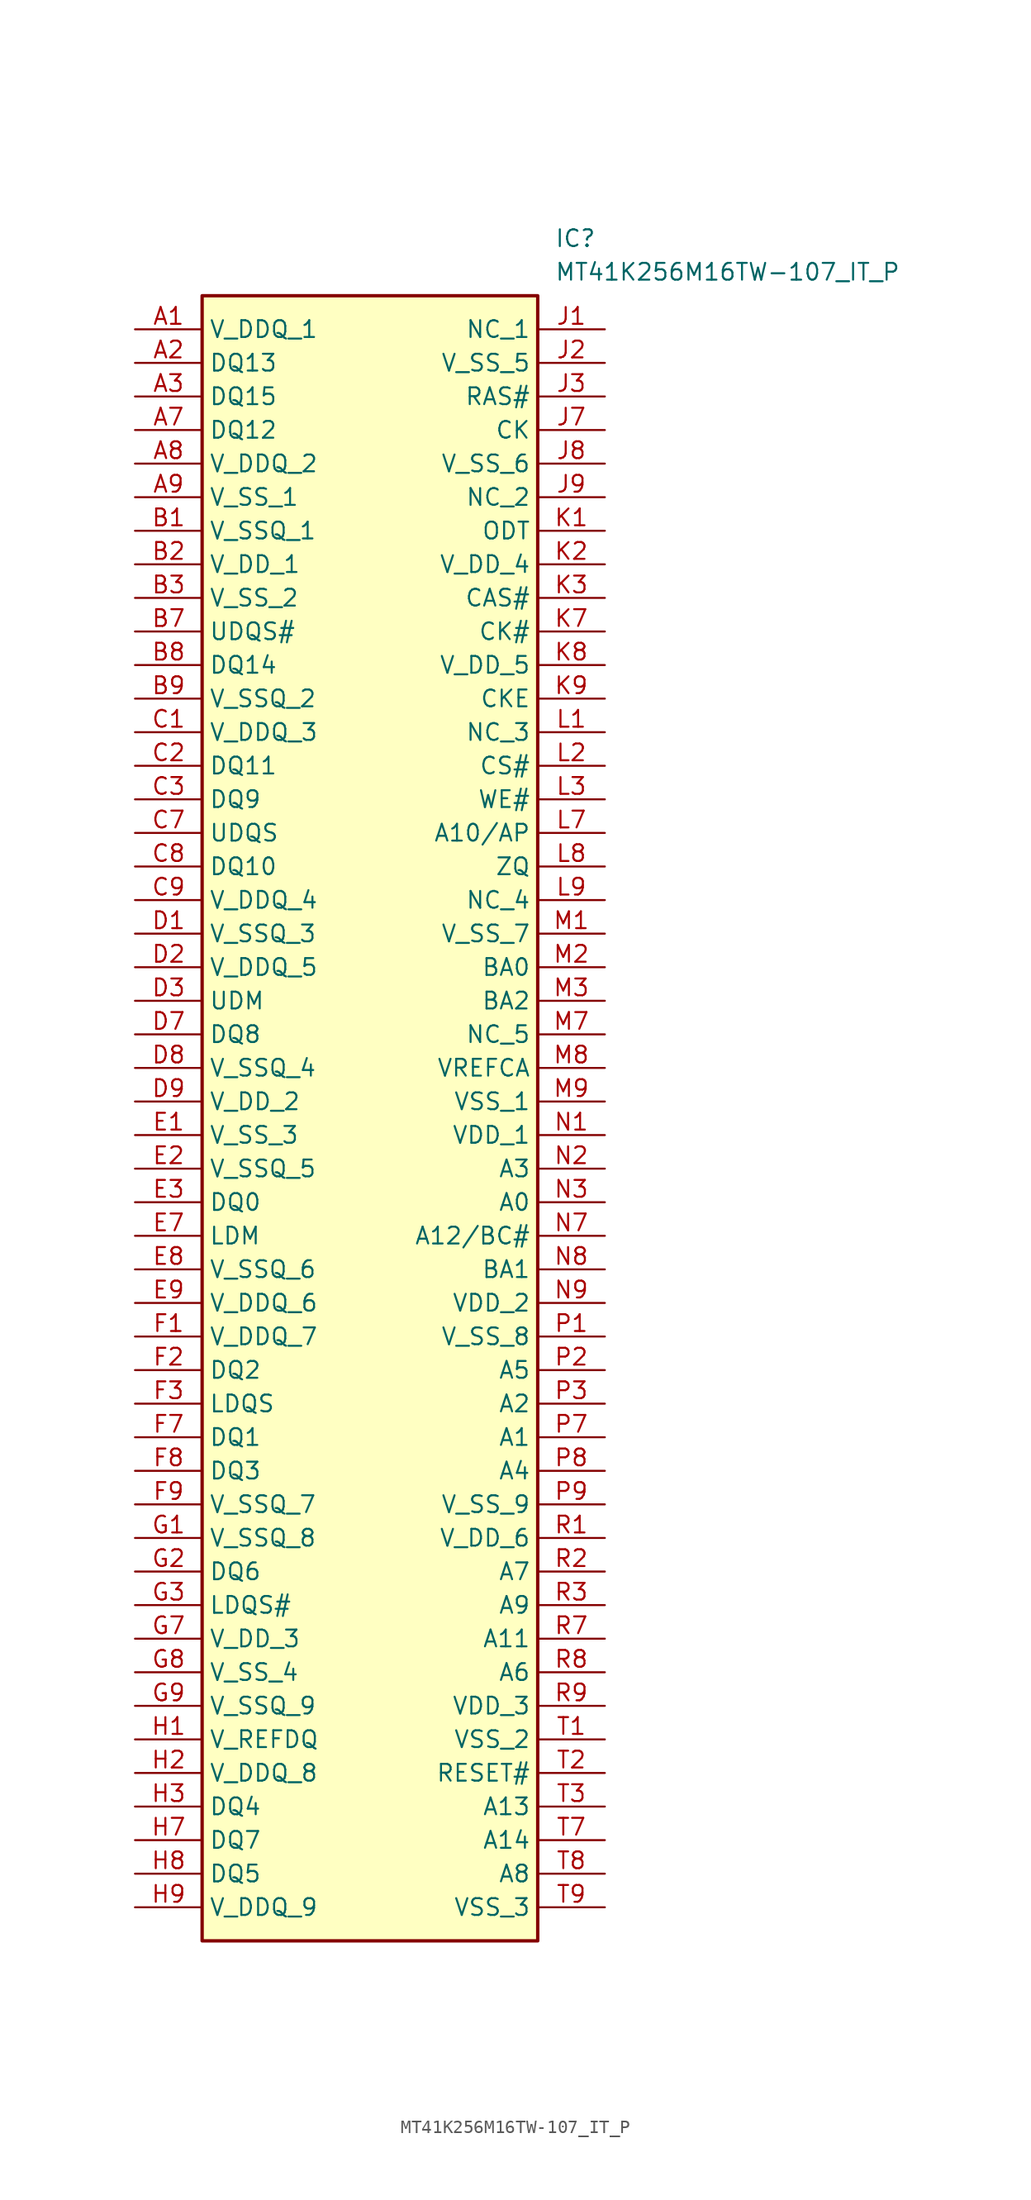
<source format=kicad_sym>
(kicad_symbol_lib
  (version 20211014)
  (generator SamacSys_ECAD_Model)
  (symbol "MT41K256M16TW-107_IT_P"
    (property "Reference" "IC"
      (at 31.75 7.62 0)
      (effects (font (size 1.27 1.27)) (justify left top)))
    (property "Value" "MT41K256M16TW-107_IT_P"
      (at 31.75 5.08 0)
      (effects (font (size 1.27 1.27)) (justify left top)))
    (rectangle
      (start 5.08 2.54)
      (end 30.48 -121.92)
      (stroke (width 0.254) (type default))
      (fill (type background)))
    (pin passive line
      (at 0 0 0)
      (length 5.08)
      (name "V_DDQ_1" (effects (font (size 1.27 1.27))))
      (number "A1" (effects (font (size 1.27 1.27)))))
    (pin passive line
      (at 0 -2.54 0)
      (length 5.08)
      (name "DQ13" (effects (font (size 1.27 1.27))))
      (number "A2" (effects (font (size 1.27 1.27)))))
    (pin passive line
      (at 0 -5.08 0)
      (length 5.08)
      (name "DQ15" (effects (font (size 1.27 1.27))))
      (number "A3" (effects (font (size 1.27 1.27)))))
    (pin passive line
      (at 0 -7.62 0)
      (length 5.08)
      (name "DQ12" (effects (font (size 1.27 1.27))))
      (number "A7" (effects (font (size 1.27 1.27)))))
    (pin passive line
      (at 0 -10.16 0)
      (length 5.08)
      (name "V_DDQ_2" (effects (font (size 1.27 1.27))))
      (number "A8" (effects (font (size 1.27 1.27)))))
    (pin passive line
      (at 0 -12.7 0)
      (length 5.08)
      (name "V_SS_1" (effects (font (size 1.27 1.27))))
      (number "A9" (effects (font (size 1.27 1.27)))))
    (pin passive line
      (at 0 -15.24 0)
      (length 5.08)
      (name "V_SSQ_1" (effects (font (size 1.27 1.27))))
      (number "B1" (effects (font (size 1.27 1.27)))))
    (pin passive line
      (at 0 -17.78 0)
      (length 5.08)
      (name "V_DD_1" (effects (font (size 1.27 1.27))))
      (number "B2" (effects (font (size 1.27 1.27)))))
    (pin passive line
      (at 0 -20.32 0)
      (length 5.08)
      (name "V_SS_2" (effects (font (size 1.27 1.27))))
      (number "B3" (effects (font (size 1.27 1.27)))))
    (pin passive line
      (at 0 -22.86 0)
      (length 5.08)
      (name "UDQS#" (effects (font (size 1.27 1.27))))
      (number "B7" (effects (font (size 1.27 1.27)))))
    (pin passive line
      (at 0 -25.4 0)
      (length 5.08)
      (name "DQ14" (effects (font (size 1.27 1.27))))
      (number "B8" (effects (font (size 1.27 1.27)))))
    (pin passive line
      (at 0 -27.94 0)
      (length 5.08)
      (name "V_SSQ_2" (effects (font (size 1.27 1.27))))
      (number "B9" (effects (font (size 1.27 1.27)))))
    (pin passive line
      (at 0 -30.48 0)
      (length 5.08)
      (name "V_DDQ_3" (effects (font (size 1.27 1.27))))
      (number "C1" (effects (font (size 1.27 1.27)))))
    (pin passive line
      (at 0 -33.02 0)
      (length 5.08)
      (name "DQ11" (effects (font (size 1.27 1.27))))
      (number "C2" (effects (font (size 1.27 1.27)))))
    (pin passive line
      (at 0 -35.56 0)
      (length 5.08)
      (name "DQ9" (effects (font (size 1.27 1.27))))
      (number "C3" (effects (font (size 1.27 1.27)))))
    (pin passive line
      (at 0 -38.1 0)
      (length 5.08)
      (name "UDQS" (effects (font (size 1.27 1.27))))
      (number "C7" (effects (font (size 1.27 1.27)))))
    (pin passive line
      (at 0 -40.64 0)
      (length 5.08)
      (name "DQ10" (effects (font (size 1.27 1.27))))
      (number "C8" (effects (font (size 1.27 1.27)))))
    (pin passive line
      (at 0 -43.18 0)
      (length 5.08)
      (name "V_DDQ_4" (effects (font (size 1.27 1.27))))
      (number "C9" (effects (font (size 1.27 1.27)))))
    (pin passive line
      (at 0 -45.72 0)
      (length 5.08)
      (name "V_SSQ_3" (effects (font (size 1.27 1.27))))
      (number "D1" (effects (font (size 1.27 1.27)))))
    (pin passive line
      (at 0 -48.26 0)
      (length 5.08)
      (name "V_DDQ_5" (effects (font (size 1.27 1.27))))
      (number "D2" (effects (font (size 1.27 1.27)))))
    (pin passive line
      (at 0 -50.8 0)
      (length 5.08)
      (name "UDM" (effects (font (size 1.27 1.27))))
      (number "D3" (effects (font (size 1.27 1.27)))))
    (pin passive line
      (at 0 -53.34 0)
      (length 5.08)
      (name "DQ8" (effects (font (size 1.27 1.27))))
      (number "D7" (effects (font (size 1.27 1.27)))))
    (pin passive line
      (at 0 -55.88 0)
      (length 5.08)
      (name "V_SSQ_4" (effects (font (size 1.27 1.27))))
      (number "D8" (effects (font (size 1.27 1.27)))))
    (pin passive line
      (at 0 -58.42 0)
      (length 5.08)
      (name "V_DD_2" (effects (font (size 1.27 1.27))))
      (number "D9" (effects (font (size 1.27 1.27)))))
    (pin passive line
      (at 0 -60.96 0)
      (length 5.08)
      (name "V_SS_3" (effects (font (size 1.27 1.27))))
      (number "E1" (effects (font (size 1.27 1.27)))))
    (pin passive line
      (at 0 -63.5 0)
      (length 5.08)
      (name "V_SSQ_5" (effects (font (size 1.27 1.27))))
      (number "E2" (effects (font (size 1.27 1.27)))))
    (pin passive line
      (at 0 -66.04 0)
      (length 5.08)
      (name "DQ0" (effects (font (size 1.27 1.27))))
      (number "E3" (effects (font (size 1.27 1.27)))))
    (pin passive line
      (at 0 -68.58 0)
      (length 5.08)
      (name "LDM" (effects (font (size 1.27 1.27))))
      (number "E7" (effects (font (size 1.27 1.27)))))
    (pin passive line
      (at 0 -71.12 0)
      (length 5.08)
      (name "V_SSQ_6" (effects (font (size 1.27 1.27))))
      (number "E8" (effects (font (size 1.27 1.27)))))
    (pin passive line
      (at 0 -73.66 0)
      (length 5.08)
      (name "V_DDQ_6" (effects (font (size 1.27 1.27))))
      (number "E9" (effects (font (size 1.27 1.27)))))
    (pin passive line
      (at 0 -76.2 0)
      (length 5.08)
      (name "V_DDQ_7" (effects (font (size 1.27 1.27))))
      (number "F1" (effects (font (size 1.27 1.27)))))
    (pin passive line
      (at 0 -78.74 0)
      (length 5.08)
      (name "DQ2" (effects (font (size 1.27 1.27))))
      (number "F2" (effects (font (size 1.27 1.27)))))
    (pin passive line
      (at 0 -81.28 0)
      (length 5.08)
      (name "LDQS" (effects (font (size 1.27 1.27))))
      (number "F3" (effects (font (size 1.27 1.27)))))
    (pin passive line
      (at 0 -83.82 0)
      (length 5.08)
      (name "DQ1" (effects (font (size 1.27 1.27))))
      (number "F7" (effects (font (size 1.27 1.27)))))
    (pin passive line
      (at 0 -86.36 0)
      (length 5.08)
      (name "DQ3" (effects (font (size 1.27 1.27))))
      (number "F8" (effects (font (size 1.27 1.27)))))
    (pin passive line
      (at 0 -88.9 0)
      (length 5.08)
      (name "V_SSQ_7" (effects (font (size 1.27 1.27))))
      (number "F9" (effects (font (size 1.27 1.27)))))
    (pin passive line
      (at 0 -91.44 0)
      (length 5.08)
      (name "V_SSQ_8" (effects (font (size 1.27 1.27))))
      (number "G1" (effects (font (size 1.27 1.27)))))
    (pin passive line
      (at 0 -93.98 0)
      (length 5.08)
      (name "DQ6" (effects (font (size 1.27 1.27))))
      (number "G2" (effects (font (size 1.27 1.27)))))
    (pin passive line
      (at 0 -96.52 0)
      (length 5.08)
      (name "LDQS#" (effects (font (size 1.27 1.27))))
      (number "G3" (effects (font (size 1.27 1.27)))))
    (pin passive line
      (at 0 -99.06 0)
      (length 5.08)
      (name "V_DD_3" (effects (font (size 1.27 1.27))))
      (number "G7" (effects (font (size 1.27 1.27)))))
    (pin passive line
      (at 0 -101.6 0)
      (length 5.08)
      (name "V_SS_4" (effects (font (size 1.27 1.27))))
      (number "G8" (effects (font (size 1.27 1.27)))))
    (pin passive line
      (at 0 -104.14 0)
      (length 5.08)
      (name "V_SSQ_9" (effects (font (size 1.27 1.27))))
      (number "G9" (effects (font (size 1.27 1.27)))))
    (pin passive line
      (at 0 -106.68 0)
      (length 5.08)
      (name "V_REFDQ" (effects (font (size 1.27 1.27))))
      (number "H1" (effects (font (size 1.27 1.27)))))
    (pin passive line
      (at 0 -109.22 0)
      (length 5.08)
      (name "V_DDQ_8" (effects (font (size 1.27 1.27))))
      (number "H2" (effects (font (size 1.27 1.27)))))
    (pin passive line
      (at 0 -111.76 0)
      (length 5.08)
      (name "DQ4" (effects (font (size 1.27 1.27))))
      (number "H3" (effects (font (size 1.27 1.27)))))
    (pin passive line
      (at 0 -114.3 0)
      (length 5.08)
      (name "DQ7" (effects (font (size 1.27 1.27))))
      (number "H7" (effects (font (size 1.27 1.27)))))
    (pin passive line
      (at 0 -116.84 0)
      (length 5.08)
      (name "DQ5" (effects (font (size 1.27 1.27))))
      (number "H8" (effects (font (size 1.27 1.27)))))
    (pin passive line
      (at 0 -119.38 0)
      (length 5.08)
      (name "V_DDQ_9" (effects (font (size 1.27 1.27))))
      (number "H9" (effects (font (size 1.27 1.27)))))
    (pin passive line
      (at 35.56 0 180)
      (length 5.08)
      (name "NC_1" (effects (font (size 1.27 1.27))))
      (number "J1" (effects (font (size 1.27 1.27)))))
    (pin passive line
      (at 35.56 -2.54 180)
      (length 5.08)
      (name "V_SS_5" (effects (font (size 1.27 1.27))))
      (number "J2" (effects (font (size 1.27 1.27)))))
    (pin passive line
      (at 35.56 -5.08 180)
      (length 5.08)
      (name "RAS#" (effects (font (size 1.27 1.27))))
      (number "J3" (effects (font (size 1.27 1.27)))))
    (pin passive line
      (at 35.56 -7.62 180)
      (length 5.08)
      (name "CK" (effects (font (size 1.27 1.27))))
      (number "J7" (effects (font (size 1.27 1.27)))))
    (pin passive line
      (at 35.56 -10.16 180)
      (length 5.08)
      (name "V_SS_6" (effects (font (size 1.27 1.27))))
      (number "J8" (effects (font (size 1.27 1.27)))))
    (pin passive line
      (at 35.56 -12.7 180)
      (length 5.08)
      (name "NC_2" (effects (font (size 1.27 1.27))))
      (number "J9" (effects (font (size 1.27 1.27)))))
    (pin passive line
      (at 35.56 -15.24 180)
      (length 5.08)
      (name "ODT" (effects (font (size 1.27 1.27))))
      (number "K1" (effects (font (size 1.27 1.27)))))
    (pin passive line
      (at 35.56 -17.78 180)
      (length 5.08)
      (name "V_DD_4" (effects (font (size 1.27 1.27))))
      (number "K2" (effects (font (size 1.27 1.27)))))
    (pin passive line
      (at 35.56 -20.32 180)
      (length 5.08)
      (name "CAS#" (effects (font (size 1.27 1.27))))
      (number "K3" (effects (font (size 1.27 1.27)))))
    (pin passive line
      (at 35.56 -22.86 180)
      (length 5.08)
      (name "CK#" (effects (font (size 1.27 1.27))))
      (number "K7" (effects (font (size 1.27 1.27)))))
    (pin passive line
      (at 35.56 -25.4 180)
      (length 5.08)
      (name "V_DD_5" (effects (font (size 1.27 1.27))))
      (number "K8" (effects (font (size 1.27 1.27)))))
    (pin passive line
      (at 35.56 -27.94 180)
      (length 5.08)
      (name "CKE" (effects (font (size 1.27 1.27))))
      (number "K9" (effects (font (size 1.27 1.27)))))
    (pin passive line
      (at 35.56 -30.48 180)
      (length 5.08)
      (name "NC_3" (effects (font (size 1.27 1.27))))
      (number "L1" (effects (font (size 1.27 1.27)))))
    (pin passive line
      (at 35.56 -33.02 180)
      (length 5.08)
      (name "CS#" (effects (font (size 1.27 1.27))))
      (number "L2" (effects (font (size 1.27 1.27)))))
    (pin passive line
      (at 35.56 -35.56 180)
      (length 5.08)
      (name "WE#" (effects (font (size 1.27 1.27))))
      (number "L3" (effects (font (size 1.27 1.27)))))
    (pin passive line
      (at 35.56 -38.1 180)
      (length 5.08)
      (name "A10/AP" (effects (font (size 1.27 1.27))))
      (number "L7" (effects (font (size 1.27 1.27)))))
    (pin passive line
      (at 35.56 -40.64 180)
      (length 5.08)
      (name "ZQ" (effects (font (size 1.27 1.27))))
      (number "L8" (effects (font (size 1.27 1.27)))))
    (pin passive line
      (at 35.56 -43.18 180)
      (length 5.08)
      (name "NC_4" (effects (font (size 1.27 1.27))))
      (number "L9" (effects (font (size 1.27 1.27)))))
    (pin passive line
      (at 35.56 -45.72 180)
      (length 5.08)
      (name "V_SS_7" (effects (font (size 1.27 1.27))))
      (number "M1" (effects (font (size 1.27 1.27)))))
    (pin passive line
      (at 35.56 -48.26 180)
      (length 5.08)
      (name "BA0" (effects (font (size 1.27 1.27))))
      (number "M2" (effects (font (size 1.27 1.27)))))
    (pin passive line
      (at 35.56 -50.8 180)
      (length 5.08)
      (name "BA2" (effects (font (size 1.27 1.27))))
      (number "M3" (effects (font (size 1.27 1.27)))))
    (pin passive line
      (at 35.56 -53.34 180)
      (length 5.08)
      (name "NC_5" (effects (font (size 1.27 1.27))))
      (number "M7" (effects (font (size 1.27 1.27)))))
    (pin passive line
      (at 35.56 -55.88 180)
      (length 5.08)
      (name "VREFCA" (effects (font (size 1.27 1.27))))
      (number "M8" (effects (font (size 1.27 1.27)))))
    (pin passive line
      (at 35.56 -58.42 180)
      (length 5.08)
      (name "VSS_1" (effects (font (size 1.27 1.27))))
      (number "M9" (effects (font (size 1.27 1.27)))))
    (pin passive line
      (at 35.56 -60.96 180)
      (length 5.08)
      (name "VDD_1" (effects (font (size 1.27 1.27))))
      (number "N1" (effects (font (size 1.27 1.27)))))
    (pin passive line
      (at 35.56 -63.5 180)
      (length 5.08)
      (name "A3" (effects (font (size 1.27 1.27))))
      (number "N2" (effects (font (size 1.27 1.27)))))
    (pin passive line
      (at 35.56 -66.04 180)
      (length 5.08)
      (name "A0" (effects (font (size 1.27 1.27))))
      (number "N3" (effects (font (size 1.27 1.27)))))
    (pin passive line
      (at 35.56 -68.58 180)
      (length 5.08)
      (name "A12/BC#" (effects (font (size 1.27 1.27))))
      (number "N7" (effects (font (size 1.27 1.27)))))
    (pin passive line
      (at 35.56 -71.12 180)
      (length 5.08)
      (name "BA1" (effects (font (size 1.27 1.27))))
      (number "N8" (effects (font (size 1.27 1.27)))))
    (pin passive line
      (at 35.56 -73.66 180)
      (length 5.08)
      (name "VDD_2" (effects (font (size 1.27 1.27))))
      (number "N9" (effects (font (size 1.27 1.27)))))
    (pin passive line
      (at 35.56 -76.2 180)
      (length 5.08)
      (name "V_SS_8" (effects (font (size 1.27 1.27))))
      (number "P1" (effects (font (size 1.27 1.27)))))
    (pin passive line
      (at 35.56 -78.74 180)
      (length 5.08)
      (name "A5" (effects (font (size 1.27 1.27))))
      (number "P2" (effects (font (size 1.27 1.27)))))
    (pin passive line
      (at 35.56 -81.28 180)
      (length 5.08)
      (name "A2" (effects (font (size 1.27 1.27))))
      (number "P3" (effects (font (size 1.27 1.27)))))
    (pin passive line
      (at 35.56 -83.82 180)
      (length 5.08)
      (name "A1" (effects (font (size 1.27 1.27))))
      (number "P7" (effects (font (size 1.27 1.27)))))
    (pin passive line
      (at 35.56 -86.36 180)
      (length 5.08)
      (name "A4" (effects (font (size 1.27 1.27))))
      (number "P8" (effects (font (size 1.27 1.27)))))
    (pin passive line
      (at 35.56 -88.9 180)
      (length 5.08)
      (name "V_SS_9" (effects (font (size 1.27 1.27))))
      (number "P9" (effects (font (size 1.27 1.27)))))
    (pin passive line
      (at 35.56 -91.44 180)
      (length 5.08)
      (name "V_DD_6" (effects (font (size 1.27 1.27))))
      (number "R1" (effects (font (size 1.27 1.27)))))
    (pin passive line
      (at 35.56 -93.98 180)
      (length 5.08)
      (name "A7" (effects (font (size 1.27 1.27))))
      (number "R2" (effects (font (size 1.27 1.27)))))
    (pin passive line
      (at 35.56 -96.52 180)
      (length 5.08)
      (name "A9" (effects (font (size 1.27 1.27))))
      (number "R3" (effects (font (size 1.27 1.27)))))
    (pin passive line
      (at 35.56 -99.06 180)
      (length 5.08)
      (name "A11" (effects (font (size 1.27 1.27))))
      (number "R7" (effects (font (size 1.27 1.27)))))
    (pin passive line
      (at 35.56 -101.6 180)
      (length 5.08)
      (name "A6" (effects (font (size 1.27 1.27))))
      (number "R8" (effects (font (size 1.27 1.27)))))
    (pin passive line
      (at 35.56 -104.14 180)
      (length 5.08)
      (name "VDD_3" (effects (font (size 1.27 1.27))))
      (number "R9" (effects (font (size 1.27 1.27)))))
    (pin passive line
      (at 35.56 -106.68 180)
      (length 5.08)
      (name "VSS_2" (effects (font (size 1.27 1.27))))
      (number "T1" (effects (font (size 1.27 1.27)))))
    (pin passive line
      (at 35.56 -109.22 180)
      (length 5.08)
      (name "RESET#" (effects (font (size 1.27 1.27))))
      (number "T2" (effects (font (size 1.27 1.27)))))
    (pin passive line
      (at 35.56 -111.76 180)
      (length 5.08)
      (name "A13" (effects (font (size 1.27 1.27))))
      (number "T3" (effects (font (size 1.27 1.27)))))
    (pin passive line
      (at 35.56 -114.3 180)
      (length 5.08)
      (name "A14" (effects (font (size 1.27 1.27))))
      (number "T7" (effects (font (size 1.27 1.27)))))
    (pin passive line
      (at 35.56 -116.84 180)
      (length 5.08)
      (name "A8" (effects (font (size 1.27 1.27))))
      (number "T8" (effects (font (size 1.27 1.27)))))
    (pin passive line
      (at 35.56 -119.38 180)
      (length 5.08)
      (name "VSS_3" (effects (font (size 1.27 1.27))))
      (number "T9" (effects (font (size 1.27 1.27)))))))
</source>
